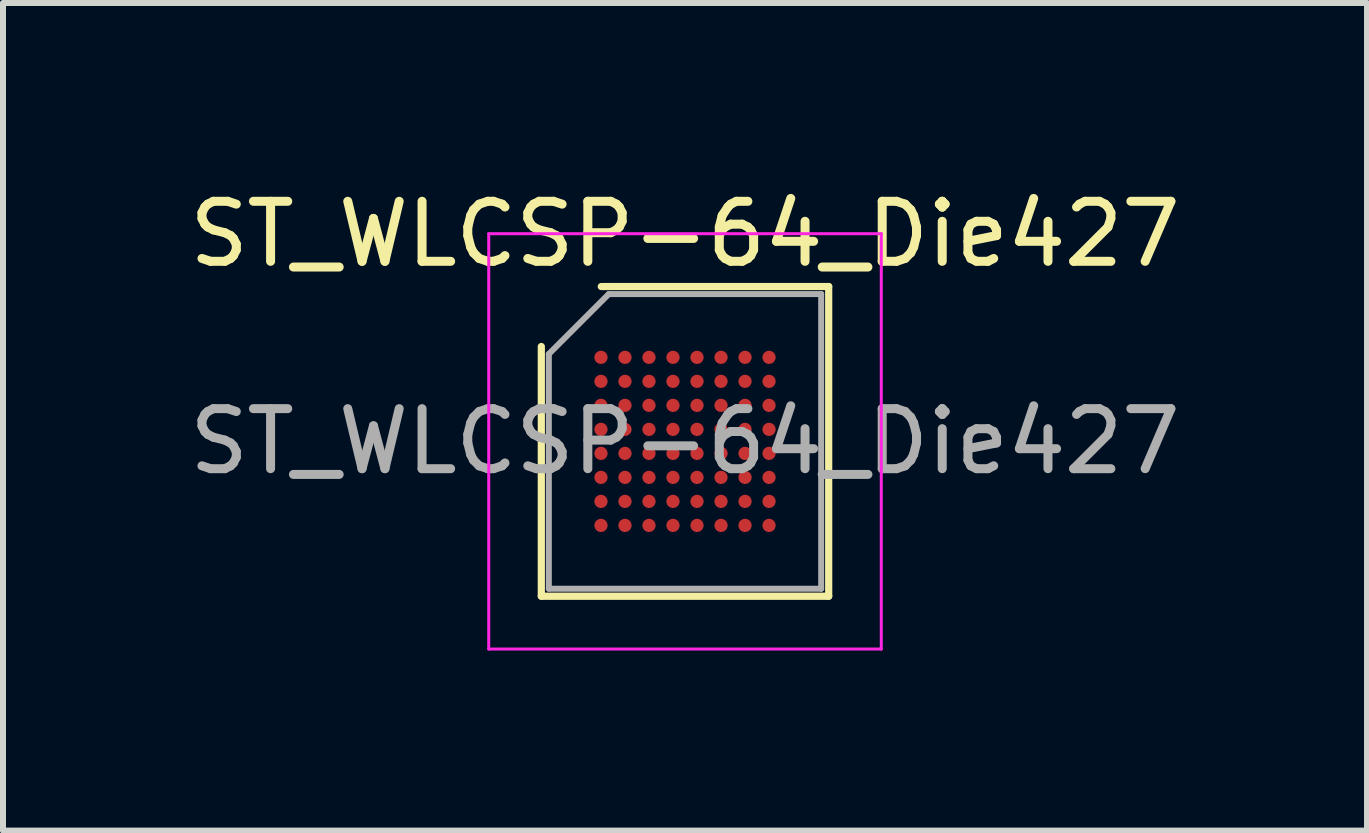
<source format=kicad_pcb>
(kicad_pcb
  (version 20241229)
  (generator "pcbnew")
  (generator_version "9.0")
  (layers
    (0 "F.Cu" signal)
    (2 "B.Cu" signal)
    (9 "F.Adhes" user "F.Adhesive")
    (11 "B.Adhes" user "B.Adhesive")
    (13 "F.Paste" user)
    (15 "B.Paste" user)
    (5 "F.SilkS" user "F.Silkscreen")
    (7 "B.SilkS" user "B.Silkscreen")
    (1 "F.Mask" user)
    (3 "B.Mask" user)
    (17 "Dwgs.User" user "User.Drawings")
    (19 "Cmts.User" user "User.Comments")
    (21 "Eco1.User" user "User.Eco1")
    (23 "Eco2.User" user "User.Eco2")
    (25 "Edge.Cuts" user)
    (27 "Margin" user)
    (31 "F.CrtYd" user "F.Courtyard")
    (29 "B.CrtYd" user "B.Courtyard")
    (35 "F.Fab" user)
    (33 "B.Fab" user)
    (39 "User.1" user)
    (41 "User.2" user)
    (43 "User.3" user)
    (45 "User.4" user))
  (footprint "ST_WLCSP-64_Die427"
    (layer "F.Cu")
    (at 8.363 4.304)
    (property "Reference" "ST_WLCSP-64_Die427" (at 0 -3.455 0) (layer "F.SilkS") (effects (font (size 1 1) (thickness 0.15))))
    (attr smd)
    (fp_line (start -2.394 2.58) (end -2.394 -1.581) (stroke (width 0.12) (type solid)) (layer "F.SilkS"))
    (fp_line (start -1.395 -2.58) (end 2.394 -2.58) (stroke (width 0.12) (type solid)) (layer "F.SilkS"))
    (fp_line (start 2.394 -2.58) (end 2.394 2.58) (stroke (width 0.12) (type solid)) (layer "F.SilkS"))
    (fp_line (start 2.394 2.58) (end -2.394 2.58) (stroke (width 0.12) (type solid)) (layer "F.SilkS"))
    (fp_line (start -3.27 -3.46) (end -3.27 3.46) (stroke (width 0.05) (type solid)) (layer "F.CrtYd"))
    (fp_line (start -3.27 3.46) (end 3.27 3.46) (stroke (width 0.05) (type solid)) (layer "F.CrtYd"))
    (fp_line (start 3.27 -3.46) (end -3.27 -3.46) (stroke (width 0.05) (type solid)) (layer "F.CrtYd"))
    (fp_line (start 3.27 3.46) (end 3.27 -3.46) (stroke (width 0.05) (type solid)) (layer "F.CrtYd"))
    (fp_line (start -2.269 -1.456) (end -1.27 -2.455) (stroke (width 0.1) (type solid)) (layer "F.Fab"))
    (fp_line (start -2.269 2.455) (end -2.269 -1.456) (stroke (width 0.1) (type solid)) (layer "F.Fab"))
    (fp_line (start -1.27 -2.455) (end 2.269 -2.455) (stroke (width 0.1) (type solid)) (layer "F.Fab"))
    (fp_line (start 2.269 -2.455) (end 2.269 2.455) (stroke (width 0.1) (type solid)) (layer "F.Fab"))
    (fp_line (start 2.269 2.455) (end -2.269 2.455) (stroke (width 0.1) (type solid)) (layer "F.Fab"))
    (fp_text user "${REFERENCE}" (at 0 0 0) (layer "F.Fab") (effects (font (size 1 1) (thickness 0.15))))
    (pad "A1" smd circle (at -1.4 -1.4) (size 0.22 0.22) (layers "F.Cu" "F.Mask" "F.Paste"))
    (pad "A2" smd circle (at -1 -1.4) (size 0.22 0.22) (layers "F.Cu" "F.Mask" "F.Paste"))
    (pad "A3" smd circle (at -0.6 -1.4) (size 0.22 0.22) (layers "F.Cu" "F.Mask" "F.Paste"))
    (pad "A4" smd circle (at -0.2 -1.4) (size 0.22 0.22) (layers "F.Cu" "F.Mask" "F.Paste"))
    (pad "A5" smd circle (at 0.2 -1.4) (size 0.22 0.22) (layers "F.Cu" "F.Mask" "F.Paste"))
    (pad "A6" smd circle (at 0.6 -1.4) (size 0.22 0.22) (layers "F.Cu" "F.Mask" "F.Paste"))
    (pad "A7" smd circle (at 1 -1.4) (size 0.22 0.22) (layers "F.Cu" "F.Mask" "F.Paste"))
    (pad "A8" smd circle (at 1.4 -1.4) (size 0.22 0.22) (layers "F.Cu" "F.Mask" "F.Paste"))
    (pad "B1" smd circle (at -1.4 -1) (size 0.22 0.22) (layers "F.Cu" "F.Mask" "F.Paste"))
    (pad "B2" smd circle (at -1 -1) (size 0.22 0.22) (layers "F.Cu" "F.Mask" "F.Paste"))
    (pad "B3" smd circle (at -0.6 -1) (size 0.22 0.22) (layers "F.Cu" "F.Mask" "F.Paste"))
    (pad "B4" smd circle (at -0.2 -1) (size 0.22 0.22) (layers "F.Cu" "F.Mask" "F.Paste"))
    (pad "B5" smd circle (at 0.2 -1) (size 0.22 0.22) (layers "F.Cu" "F.Mask" "F.Paste"))
    (pad "B6" smd circle (at 0.6 -1) (size 0.22 0.22) (layers "F.Cu" "F.Mask" "F.Paste"))
    (pad "B7" smd circle (at 1 -1) (size 0.22 0.22) (layers "F.Cu" "F.Mask" "F.Paste"))
    (pad "B8" smd circle (at 1.4 -1) (size 0.22 0.22) (layers "F.Cu" "F.Mask" "F.Paste"))
    (pad "C1" smd circle (at -1.4 -0.6) (size 0.22 0.22) (layers "F.Cu" "F.Mask" "F.Paste"))
    (pad "C2" smd circle (at -1 -0.6) (size 0.22 0.22) (layers "F.Cu" "F.Mask" "F.Paste"))
    (pad "C3" smd circle (at -0.6 -0.6) (size 0.22 0.22) (layers "F.Cu" "F.Mask" "F.Paste"))
    (pad "C4" smd circle (at -0.2 -0.6) (size 0.22 0.22) (layers "F.Cu" "F.Mask" "F.Paste"))
    (pad "C5" smd circle (at 0.2 -0.6) (size 0.22 0.22) (layers "F.Cu" "F.Mask" "F.Paste"))
    (pad "C6" smd circle (at 0.6 -0.6) (size 0.22 0.22) (layers "F.Cu" "F.Mask" "F.Paste"))
    (pad "C7" smd circle (at 1 -0.6) (size 0.22 0.22) (layers "F.Cu" "F.Mask" "F.Paste"))
    (pad "C8" smd circle (at 1.4 -0.6) (size 0.22 0.22) (layers "F.Cu" "F.Mask" "F.Paste"))
    (pad "D1" smd circle (at -1.4 -0.2) (size 0.22 0.22) (layers "F.Cu" "F.Mask" "F.Paste"))
    (pad "D2" smd circle (at -1 -0.2) (size 0.22 0.22) (layers "F.Cu" "F.Mask" "F.Paste"))
    (pad "D3" smd circle (at -0.6 -0.2) (size 0.22 0.22) (layers "F.Cu" "F.Mask" "F.Paste"))
    (pad "D4" smd circle (at -0.2 -0.2) (size 0.22 0.22) (layers "F.Cu" "F.Mask" "F.Paste"))
    (pad "D5" smd circle (at 0.2 -0.2) (size 0.22 0.22) (layers "F.Cu" "F.Mask" "F.Paste"))
    (pad "D6" smd circle (at 0.6 -0.2) (size 0.22 0.22) (layers "F.Cu" "F.Mask" "F.Paste"))
    (pad "D7" smd circle (at 1 -0.2) (size 0.22 0.22) (layers "F.Cu" "F.Mask" "F.Paste"))
    (pad "D8" smd circle (at 1.4 -0.2) (size 0.22 0.22) (layers "F.Cu" "F.Mask" "F.Paste"))
    (pad "E1" smd circle (at -1.4 0.2) (size 0.22 0.22) (layers "F.Cu" "F.Mask" "F.Paste"))
    (pad "E2" smd circle (at -1 0.2) (size 0.22 0.22) (layers "F.Cu" "F.Mask" "F.Paste"))
    (pad "E3" smd circle (at -0.6 0.2) (size 0.22 0.22) (layers "F.Cu" "F.Mask" "F.Paste"))
    (pad "E4" smd circle (at -0.2 0.2) (size 0.22 0.22) (layers "F.Cu" "F.Mask" "F.Paste"))
    (pad "E5" smd circle (at 0.2 0.2) (size 0.22 0.22) (layers "F.Cu" "F.Mask" "F.Paste"))
    (pad "E6" smd circle (at 0.6 0.2) (size 0.22 0.22) (layers "F.Cu" "F.Mask" "F.Paste"))
    (pad "E7" smd circle (at 1 0.2) (size 0.22 0.22) (layers "F.Cu" "F.Mask" "F.Paste"))
    (pad "E8" smd circle (at 1.4 0.2) (size 0.22 0.22) (layers "F.Cu" "F.Mask" "F.Paste"))
    (pad "F1" smd circle (at -1.4 0.6) (size 0.22 0.22) (layers "F.Cu" "F.Mask" "F.Paste"))
    (pad "F2" smd circle (at -1 0.6) (size 0.22 0.22) (layers "F.Cu" "F.Mask" "F.Paste"))
    (pad "F3" smd circle (at -0.6 0.6) (size 0.22 0.22) (layers "F.Cu" "F.Mask" "F.Paste"))
    (pad "F4" smd circle (at -0.2 0.6) (size 0.22 0.22) (layers "F.Cu" "F.Mask" "F.Paste"))
    (pad "F5" smd circle (at 0.2 0.6) (size 0.22 0.22) (layers "F.Cu" "F.Mask" "F.Paste"))
    (pad "F6" smd circle (at 0.6 0.6) (size 0.22 0.22) (layers "F.Cu" "F.Mask" "F.Paste"))
    (pad "F7" smd circle (at 1 0.6) (size 0.22 0.22) (layers "F.Cu" "F.Mask" "F.Paste"))
    (pad "F8" smd circle (at 1.4 0.6) (size 0.22 0.22) (layers "F.Cu" "F.Mask" "F.Paste"))
    (pad "G1" smd circle (at -1.4 1) (size 0.22 0.22) (layers "F.Cu" "F.Mask" "F.Paste"))
    (pad "G2" smd circle (at -1 1) (size 0.22 0.22) (layers "F.Cu" "F.Mask" "F.Paste"))
    (pad "G3" smd circle (at -0.6 1) (size 0.22 0.22) (layers "F.Cu" "F.Mask" "F.Paste"))
    (pad "G4" smd circle (at -0.2 1) (size 0.22 0.22) (layers "F.Cu" "F.Mask" "F.Paste"))
    (pad "G5" smd circle (at 0.2 1) (size 0.22 0.22) (layers "F.Cu" "F.Mask" "F.Paste"))
    (pad "G6" smd circle (at 0.6 1) (size 0.22 0.22) (layers "F.Cu" "F.Mask" "F.Paste"))
    (pad "G7" smd circle (at 1 1) (size 0.22 0.22) (layers "F.Cu" "F.Mask" "F.Paste"))
    (pad "G8" smd circle (at 1.4 1) (size 0.22 0.22) (layers "F.Cu" "F.Mask" "F.Paste"))
    (pad "H1" smd circle (at -1.4 1.4) (size 0.22 0.22) (layers "F.Cu" "F.Mask" "F.Paste"))
    (pad "H2" smd circle (at -1 1.4) (size 0.22 0.22) (layers "F.Cu" "F.Mask" "F.Paste"))
    (pad "H3" smd circle (at -0.6 1.4) (size 0.22 0.22) (layers "F.Cu" "F.Mask" "F.Paste"))
    (pad "H4" smd circle (at -0.2 1.4) (size 0.22 0.22) (layers "F.Cu" "F.Mask" "F.Paste"))
    (pad "H5" smd circle (at 0.2 1.4) (size 0.22 0.22) (layers "F.Cu" "F.Mask" "F.Paste"))
    (pad "H6" smd circle (at 0.6 1.4) (size 0.22 0.22) (layers "F.Cu" "F.Mask" "F.Paste"))
    (pad "H7" smd circle (at 1 1.4) (size 0.22 0.22) (layers "F.Cu" "F.Mask" "F.Paste"))
    (pad "H8" smd circle (at 1.4 1.4) (size 0.22 0.22) (layers "F.Cu" "F.Mask" "F.Paste")))
  (gr_rect
    (start -3 -3)
    (end 19.726 10.789)
    (stroke (width 0.1) (type default))
    (fill no)
    (layer "Edge.Cuts")))
</source>
